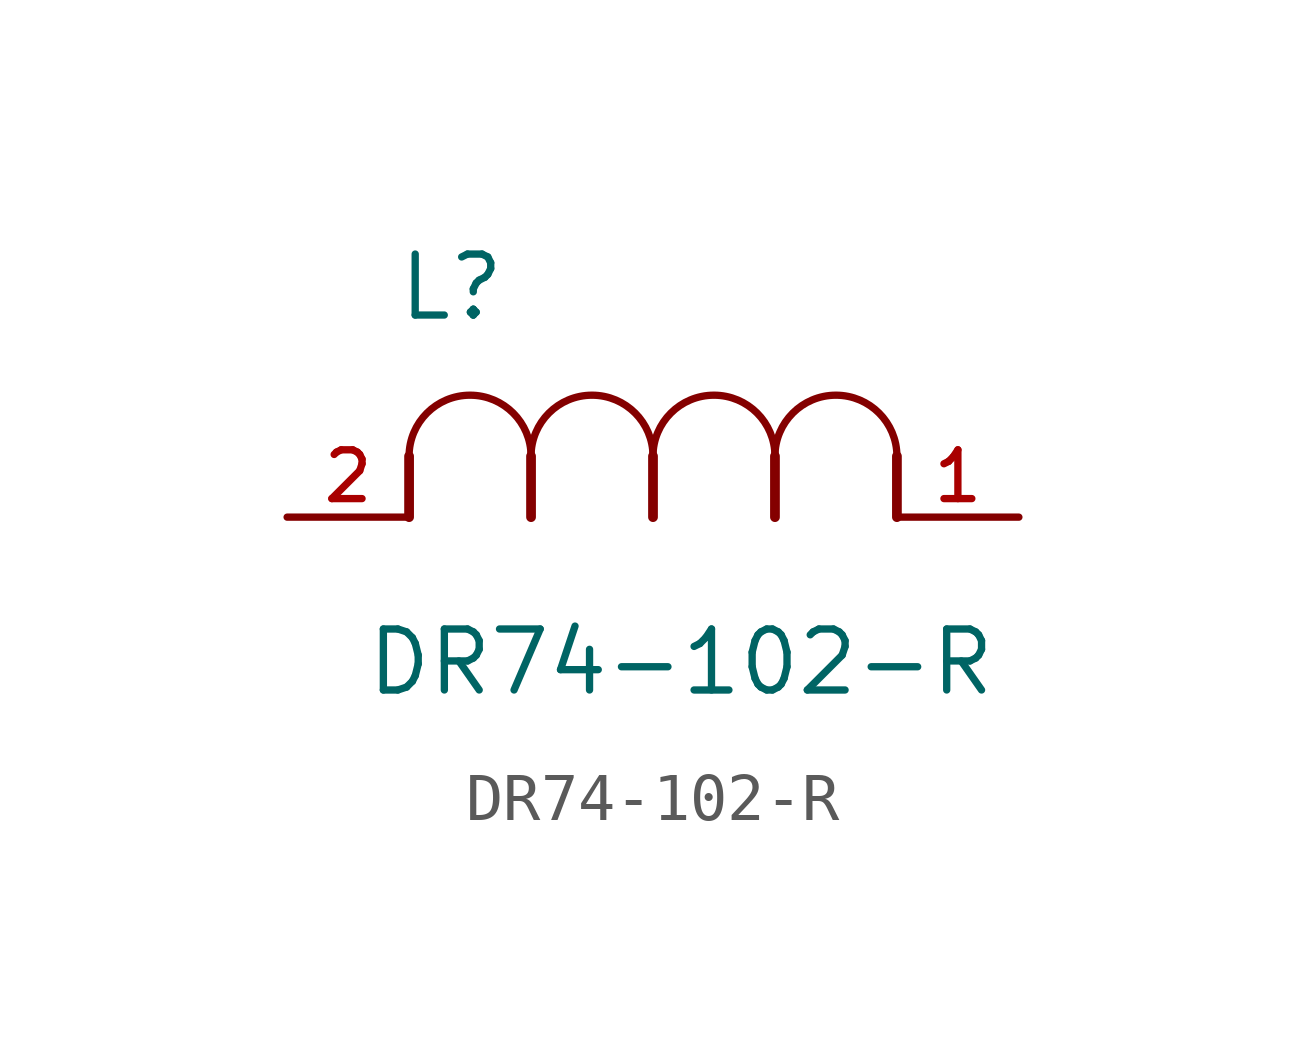
<source format=kicad_sym>
(kicad_symbol_lib
  (version 20211014)
  (generator kicad_symbol_editor)
  (symbol "DR74-102-R"
    (pin_names
      (offset 1.016))
    (property "Reference" "L"
      (at 2.265 4.046 0.0)
      (effects (font (size 1.27 1.27)) (justify bottom left)))
    (property "Value" "DR74-102-R"
      (at 1.602 -3.763 0.0)
      (effects (font (size 1.27 1.27)) (justify bottom left)))
    (symbol "DR74-102-R_0_0"
      (polyline (pts (xy 5.08 0.0) (xy 5.08 1.27)) (stroke (width 0.203)))
      (polyline (pts (xy 7.62 0.0) (xy 7.62 1.27)) (stroke (width 0.203)))
      (polyline (pts (xy 12.7 0.0) (xy 12.7 1.27)) (stroke (width 0.203)))
      (polyline (pts (xy 2.54 0.0) (xy 2.54 1.27)) (stroke (width 0.203)))
      (polyline (pts (xy 10.16 0.0) (xy 10.16 1.27)) (stroke (width 0.203)))
      (arc (start 7.62 1.27) (mid 6.35 2.54) (end 5.08 1.27) (stroke (width 0.0) (type default) (color 0 0 0 0)) (fill (type none)))
      (arc (start 5.08 1.27) (mid 3.81 2.54) (end 2.54 1.27) (stroke (width 0.0) (type default) (color 0 0 0 0)) (fill (type none)))
      (arc (start 10.16 1.27) (mid 8.89 2.54) (end 7.62 1.27) (stroke (width 0.0) (type default) (color 0 0 0 0)) (fill (type none)))
      (arc (start 12.7 1.27) (mid 11.43 2.54) (end 10.16 1.27) (stroke (width 0.0) (type default) (color 0 0 0 0)) (fill (type none)))
      (pin passive line (at 15.24 0.0 180.0) (length 2.54) (name "~" (effects (font (size 1.016 1.016)))) (number "1" (effects (font (size 1.016 1.016)))))
      (pin passive line (at 0.0 0.0 0) (length 2.54) (name "~" (effects (font (size 1.016 1.016)))) (number "2" (effects (font (size 1.016 1.016))))))))
</source>
